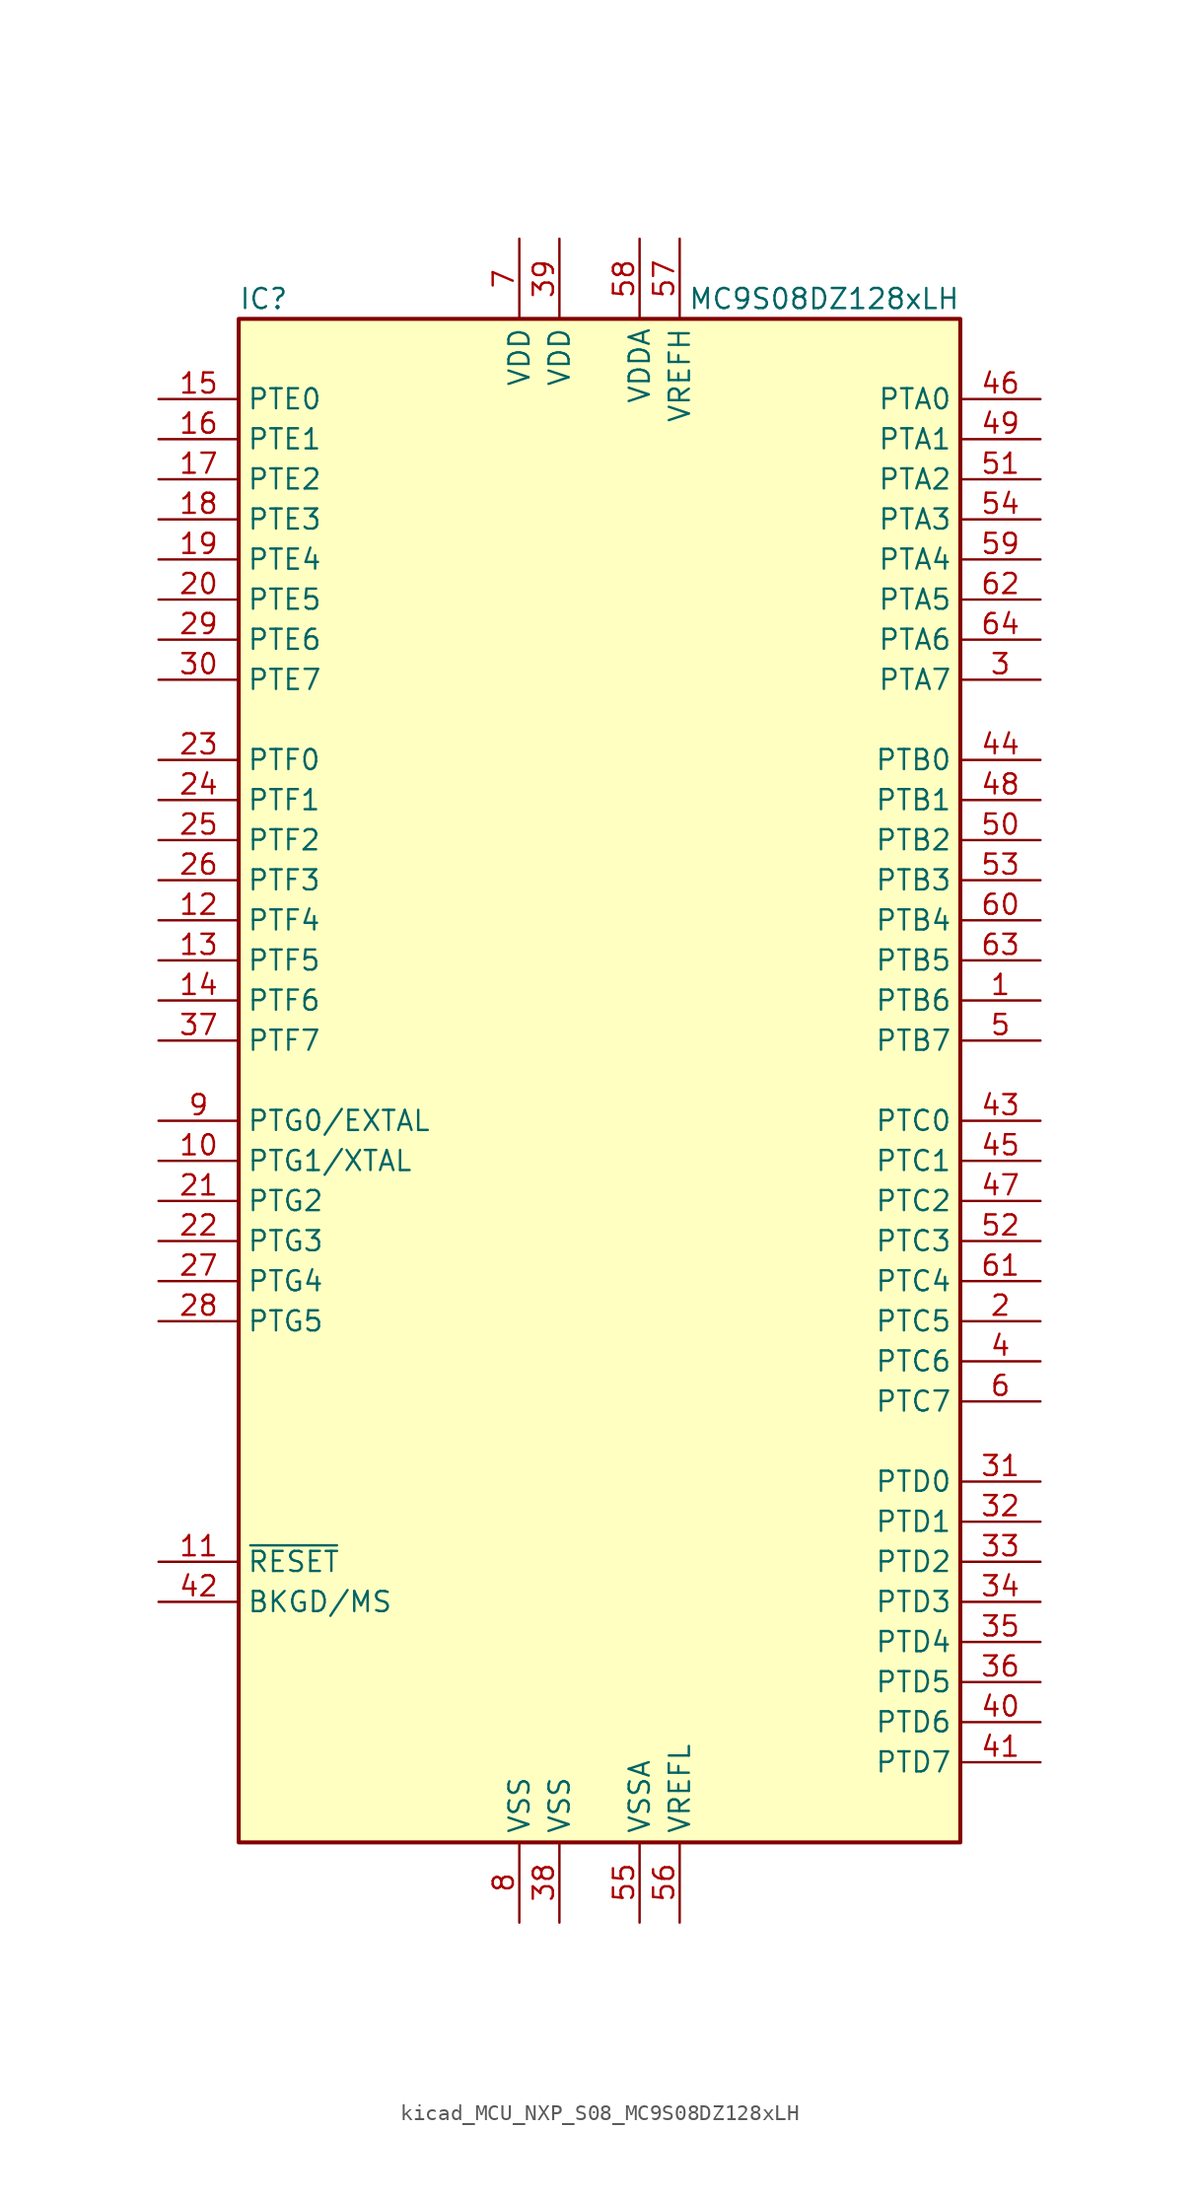
<source format=kicad_sym>
(kicad_symbol_lib
  (version 20220914)
  (generator kicad_symbol_editor)
  (symbol "kicad_MCU_NXP_S08_MC9S08DZ128xLH"
    (property "Reference" "IC"
      (at -22.86 49.53 0)
      (effects (font (size 1.27 1.27)) (justify left)))
    (property "Value" "MC9S08DZ128xLH"
      (at 22.86 49.53 0)
      (effects (font (size 1.27 1.27)) (justify right)))
    (symbol "kicad_MCU_NXP_S08_MC9S08DZ128xLH_0_1"
      (rectangle (start -22.86 48.26) (end 22.86 -48.26) (stroke (width 0.254) (type default)) (fill (type background))))
    (symbol "kicad_MCU_NXP_S08_MC9S08DZ128xLH_1_1"
      (pin bidirectional line (at 27.94 5.08 180) (length 5.08) (name "PTB6" (effects (font (size 1.27 1.27)))) (number "1" (effects (font (size 1.27 1.27)))))
      (pin bidirectional line (at -27.94 -5.08 0) (length 5.08) (name "PTG1/XTAL" (effects (font (size 1.27 1.27)))) (number "10" (effects (font (size 1.27 1.27)))))
      (pin input line (at -27.94 -30.48 0) (length 5.08) (name "~{RESET}" (effects (font (size 1.27 1.27)))) (number "11" (effects (font (size 1.27 1.27)))))
      (pin bidirectional line (at -27.94 10.16 0) (length 5.08) (name "PTF4" (effects (font (size 1.27 1.27)))) (number "12" (effects (font (size 1.27 1.27)))))
      (pin bidirectional line (at -27.94 7.62 0) (length 5.08) (name "PTF5" (effects (font (size 1.27 1.27)))) (number "13" (effects (font (size 1.27 1.27)))))
      (pin bidirectional line (at -27.94 5.08 0) (length 5.08) (name "PTF6" (effects (font (size 1.27 1.27)))) (number "14" (effects (font (size 1.27 1.27)))))
      (pin bidirectional line (at -27.94 43.18 0) (length 5.08) (name "PTE0" (effects (font (size 1.27 1.27)))) (number "15" (effects (font (size 1.27 1.27)))))
      (pin bidirectional line (at -27.94 40.64 0) (length 5.08) (name "PTE1" (effects (font (size 1.27 1.27)))) (number "16" (effects (font (size 1.27 1.27)))))
      (pin bidirectional line (at -27.94 38.1 0) (length 5.08) (name "PTE2" (effects (font (size 1.27 1.27)))) (number "17" (effects (font (size 1.27 1.27)))))
      (pin bidirectional line (at -27.94 35.56 0) (length 5.08) (name "PTE3" (effects (font (size 1.27 1.27)))) (number "18" (effects (font (size 1.27 1.27)))))
      (pin bidirectional line (at -27.94 33.02 0) (length 5.08) (name "PTE4" (effects (font (size 1.27 1.27)))) (number "19" (effects (font (size 1.27 1.27)))))
      (pin bidirectional line (at 27.94 -15.24 180) (length 5.08) (name "PTC5" (effects (font (size 1.27 1.27)))) (number "2" (effects (font (size 1.27 1.27)))))
      (pin bidirectional line (at -27.94 30.48 0) (length 5.08) (name "PTE5" (effects (font (size 1.27 1.27)))) (number "20" (effects (font (size 1.27 1.27)))))
      (pin bidirectional line (at -27.94 -7.62 0) (length 5.08) (name "PTG2" (effects (font (size 1.27 1.27)))) (number "21" (effects (font (size 1.27 1.27)))))
      (pin bidirectional line (at -27.94 -10.16 0) (length 5.08) (name "PTG3" (effects (font (size 1.27 1.27)))) (number "22" (effects (font (size 1.27 1.27)))))
      (pin bidirectional line (at -27.94 20.32 0) (length 5.08) (name "PTF0" (effects (font (size 1.27 1.27)))) (number "23" (effects (font (size 1.27 1.27)))))
      (pin bidirectional line (at -27.94 17.78 0) (length 5.08) (name "PTF1" (effects (font (size 1.27 1.27)))) (number "24" (effects (font (size 1.27 1.27)))))
      (pin bidirectional line (at -27.94 15.24 0) (length 5.08) (name "PTF2" (effects (font (size 1.27 1.27)))) (number "25" (effects (font (size 1.27 1.27)))))
      (pin bidirectional line (at -27.94 12.7 0) (length 5.08) (name "PTF3" (effects (font (size 1.27 1.27)))) (number "26" (effects (font (size 1.27 1.27)))))
      (pin bidirectional line (at -27.94 -12.7 0) (length 5.08) (name "PTG4" (effects (font (size 1.27 1.27)))) (number "27" (effects (font (size 1.27 1.27)))))
      (pin bidirectional line (at -27.94 -15.24 0) (length 5.08) (name "PTG5" (effects (font (size 1.27 1.27)))) (number "28" (effects (font (size 1.27 1.27)))))
      (pin bidirectional line (at -27.94 27.94 0) (length 5.08) (name "PTE6" (effects (font (size 1.27 1.27)))) (number "29" (effects (font (size 1.27 1.27)))))
      (pin bidirectional line (at 27.94 25.4 180) (length 5.08) (name "PTA7" (effects (font (size 1.27 1.27)))) (number "3" (effects (font (size 1.27 1.27)))))
      (pin bidirectional line (at -27.94 25.4 0) (length 5.08) (name "PTE7" (effects (font (size 1.27 1.27)))) (number "30" (effects (font (size 1.27 1.27)))))
      (pin bidirectional line (at 27.94 -25.4 180) (length 5.08) (name "PTD0" (effects (font (size 1.27 1.27)))) (number "31" (effects (font (size 1.27 1.27)))))
      (pin bidirectional line (at 27.94 -27.94 180) (length 5.08) (name "PTD1" (effects (font (size 1.27 1.27)))) (number "32" (effects (font (size 1.27 1.27)))))
      (pin bidirectional line (at 27.94 -30.48 180) (length 5.08) (name "PTD2" (effects (font (size 1.27 1.27)))) (number "33" (effects (font (size 1.27 1.27)))))
      (pin bidirectional line (at 27.94 -33.02 180) (length 5.08) (name "PTD3" (effects (font (size 1.27 1.27)))) (number "34" (effects (font (size 1.27 1.27)))))
      (pin bidirectional line (at 27.94 -35.56 180) (length 5.08) (name "PTD4" (effects (font (size 1.27 1.27)))) (number "35" (effects (font (size 1.27 1.27)))))
      (pin bidirectional line (at 27.94 -38.1 180) (length 5.08) (name "PTD5" (effects (font (size 1.27 1.27)))) (number "36" (effects (font (size 1.27 1.27)))))
      (pin bidirectional line (at -27.94 2.54 0) (length 5.08) (name "PTF7" (effects (font (size 1.27 1.27)))) (number "37" (effects (font (size 1.27 1.27)))))
      (pin power_in line (at -2.54 -53.34 90) (length 5.08) (name "VSS" (effects (font (size 1.27 1.27)))) (number "38" (effects (font (size 1.27 1.27)))))
      (pin power_in line (at -2.54 53.34 270) (length 5.08) (name "VDD" (effects (font (size 1.27 1.27)))) (number "39" (effects (font (size 1.27 1.27)))))
      (pin bidirectional line (at 27.94 -17.78 180) (length 5.08) (name "PTC6" (effects (font (size 1.27 1.27)))) (number "4" (effects (font (size 1.27 1.27)))))
      (pin bidirectional line (at 27.94 -40.64 180) (length 5.08) (name "PTD6" (effects (font (size 1.27 1.27)))) (number "40" (effects (font (size 1.27 1.27)))))
      (pin bidirectional line (at 27.94 -43.18 180) (length 5.08) (name "PTD7" (effects (font (size 1.27 1.27)))) (number "41" (effects (font (size 1.27 1.27)))))
      (pin bidirectional line (at -27.94 -33.02 0) (length 5.08) (name "BKGD/MS" (effects (font (size 1.27 1.27)))) (number "42" (effects (font (size 1.27 1.27)))))
      (pin bidirectional line (at 27.94 -2.54 180) (length 5.08) (name "PTC0" (effects (font (size 1.27 1.27)))) (number "43" (effects (font (size 1.27 1.27)))))
      (pin bidirectional line (at 27.94 20.32 180) (length 5.08) (name "PTB0" (effects (font (size 1.27 1.27)))) (number "44" (effects (font (size 1.27 1.27)))))
      (pin bidirectional line (at 27.94 -5.08 180) (length 5.08) (name "PTC1" (effects (font (size 1.27 1.27)))) (number "45" (effects (font (size 1.27 1.27)))))
      (pin bidirectional line (at 27.94 43.18 180) (length 5.08) (name "PTA0" (effects (font (size 1.27 1.27)))) (number "46" (effects (font (size 1.27 1.27)))))
      (pin bidirectional line (at 27.94 -7.62 180) (length 5.08) (name "PTC2" (effects (font (size 1.27 1.27)))) (number "47" (effects (font (size 1.27 1.27)))))
      (pin bidirectional line (at 27.94 17.78 180) (length 5.08) (name "PTB1" (effects (font (size 1.27 1.27)))) (number "48" (effects (font (size 1.27 1.27)))))
      (pin bidirectional line (at 27.94 40.64 180) (length 5.08) (name "PTA1" (effects (font (size 1.27 1.27)))) (number "49" (effects (font (size 1.27 1.27)))))
      (pin bidirectional line (at 27.94 2.54 180) (length 5.08) (name "PTB7" (effects (font (size 1.27 1.27)))) (number "5" (effects (font (size 1.27 1.27)))))
      (pin bidirectional line (at 27.94 15.24 180) (length 5.08) (name "PTB2" (effects (font (size 1.27 1.27)))) (number "50" (effects (font (size 1.27 1.27)))))
      (pin bidirectional line (at 27.94 38.1 180) (length 5.08) (name "PTA2" (effects (font (size 1.27 1.27)))) (number "51" (effects (font (size 1.27 1.27)))))
      (pin bidirectional line (at 27.94 -10.16 180) (length 5.08) (name "PTC3" (effects (font (size 1.27 1.27)))) (number "52" (effects (font (size 1.27 1.27)))))
      (pin bidirectional line (at 27.94 12.7 180) (length 5.08) (name "PTB3" (effects (font (size 1.27 1.27)))) (number "53" (effects (font (size 1.27 1.27)))))
      (pin bidirectional line (at 27.94 35.56 180) (length 5.08) (name "PTA3" (effects (font (size 1.27 1.27)))) (number "54" (effects (font (size 1.27 1.27)))))
      (pin power_in line (at 2.54 -53.34 90) (length 5.08) (name "VSSA" (effects (font (size 1.27 1.27)))) (number "55" (effects (font (size 1.27 1.27)))))
      (pin power_in line (at 5.08 -53.34 90) (length 5.08) (name "VREFL" (effects (font (size 1.27 1.27)))) (number "56" (effects (font (size 1.27 1.27)))))
      (pin power_in line (at 5.08 53.34 270) (length 5.08) (name "VREFH" (effects (font (size 1.27 1.27)))) (number "57" (effects (font (size 1.27 1.27)))))
      (pin power_in line (at 2.54 53.34 270) (length 5.08) (name "VDDA" (effects (font (size 1.27 1.27)))) (number "58" (effects (font (size 1.27 1.27)))))
      (pin bidirectional line (at 27.94 33.02 180) (length 5.08) (name "PTA4" (effects (font (size 1.27 1.27)))) (number "59" (effects (font (size 1.27 1.27)))))
      (pin bidirectional line (at 27.94 -20.32 180) (length 5.08) (name "PTC7" (effects (font (size 1.27 1.27)))) (number "6" (effects (font (size 1.27 1.27)))))
      (pin bidirectional line (at 27.94 10.16 180) (length 5.08) (name "PTB4" (effects (font (size 1.27 1.27)))) (number "60" (effects (font (size 1.27 1.27)))))
      (pin bidirectional line (at 27.94 -12.7 180) (length 5.08) (name "PTC4" (effects (font (size 1.27 1.27)))) (number "61" (effects (font (size 1.27 1.27)))))
      (pin bidirectional line (at 27.94 30.48 180) (length 5.08) (name "PTA5" (effects (font (size 1.27 1.27)))) (number "62" (effects (font (size 1.27 1.27)))))
      (pin bidirectional line (at 27.94 7.62 180) (length 5.08) (name "PTB5" (effects (font (size 1.27 1.27)))) (number "63" (effects (font (size 1.27 1.27)))))
      (pin bidirectional line (at 27.94 27.94 180) (length 5.08) (name "PTA6" (effects (font (size 1.27 1.27)))) (number "64" (effects (font (size 1.27 1.27)))))
      (pin power_in line (at -5.08 53.34 270) (length 5.08) (name "VDD" (effects (font (size 1.27 1.27)))) (number "7" (effects (font (size 1.27 1.27)))))
      (pin power_in line (at -5.08 -53.34 90) (length 5.08) (name "VSS" (effects (font (size 1.27 1.27)))) (number "8" (effects (font (size 1.27 1.27)))))
      (pin bidirectional line (at -27.94 -2.54 0) (length 5.08) (name "PTG0/EXTAL" (effects (font (size 1.27 1.27)))) (number "9" (effects (font (size 1.27 1.27))))))))
</source>
